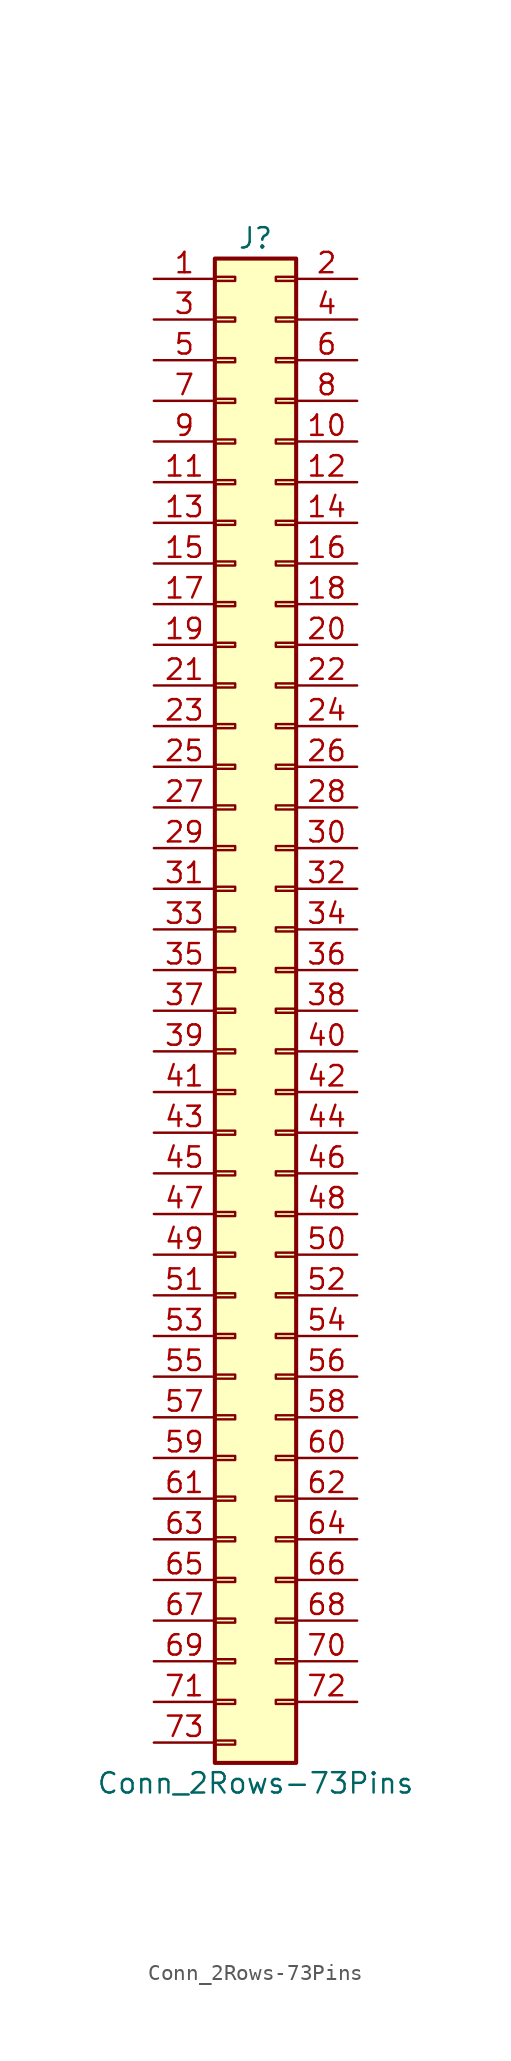
<source format=kicad_sym>
(kicad_symbol_lib
  (version 20201005)
  (generator kicad_symbol_editor)
  (symbol "Connector_Generic:Conn_2Rows-73Pins"
    (pin_names
      (offset 1.016) hide)
    (property "Reference" "J"
      (at 1.27 48.26 0)
      (effects (font (size 1.27 1.27))))
    (property "Value" "Conn_2Rows-73Pins"
      (at 1.27 -48.26 0)
      (effects (font (size 1.27 1.27))))
    (symbol "Conn_2Rows-73Pins_1_1"
      (rectangle (start -1.27 -27.813) (end 0 -28.067) (stroke (width 0.152)) (fill (type none)))
      (rectangle (start -1.27 -30.353) (end 0 -30.607) (stroke (width 0.152)) (fill (type none)))
      (rectangle (start -1.27 -32.893) (end 0 -33.147) (stroke (width 0.152)) (fill (type none)))
      (rectangle (start -1.27 -35.433) (end 0 -35.687) (stroke (width 0.152)) (fill (type none)))
      (rectangle (start -1.27 -37.973) (end 0 -38.227) (stroke (width 0.152)) (fill (type none)))
      (rectangle (start -1.27 -40.513) (end 0 -40.767) (stroke (width 0.152)) (fill (type none)))
      (rectangle (start -1.27 -43.053) (end 0 -43.307) (stroke (width 0.152)) (fill (type none)))
      (rectangle (start -1.27 -45.593) (end 0 -45.847) (stroke (width 0.152)) (fill (type none)))
      (rectangle (start -1.27 -4.953) (end 0 -5.207) (stroke (width 0.152)) (fill (type none)))
      (rectangle (start -1.27 -7.493) (end 0 -7.747) (stroke (width 0.152)) (fill (type none)))
      (rectangle (start -1.27 -10.033) (end 0 -10.287) (stroke (width 0.152)) (fill (type none)))
      (rectangle (start -1.27 -12.573) (end 0 -12.827) (stroke (width 0.152)) (fill (type none)))
      (rectangle (start -1.27 -15.113) (end 0 -15.367) (stroke (width 0.152)) (fill (type none)))
      (rectangle (start -1.27 -17.653) (end 0 -17.907) (stroke (width 0.152)) (fill (type none)))
      (rectangle (start -1.27 -20.193) (end 0 -20.447) (stroke (width 0.152)) (fill (type none)))
      (rectangle (start -1.27 -22.733) (end 0 -22.987) (stroke (width 0.152)) (fill (type none)))
      (rectangle (start -1.27 -2.413) (end 0 -2.667) (stroke (width 0.152)) (fill (type none)))
      (rectangle (start -1.27 -25.273) (end 0 -25.527) (stroke (width 0.152)) (fill (type none)))
      (rectangle (start -1.27 25.527) (end 0 25.273) (stroke (width 0.152)) (fill (type none)))
      (rectangle (start -1.27 2.667) (end 0 2.413) (stroke (width 0.152)) (fill (type none)))
      (rectangle (start -1.27 28.067) (end 0 27.813) (stroke (width 0.152)) (fill (type none)))
      (rectangle (start -1.27 30.607) (end 0 30.353) (stroke (width 0.152)) (fill (type none)))
      (rectangle (start -1.27 33.147) (end 0 32.893) (stroke (width 0.152)) (fill (type none)))
      (rectangle (start -1.27 35.687) (end 0 35.433) (stroke (width 0.152)) (fill (type none)))
      (rectangle (start -1.27 38.227) (end 0 37.973) (stroke (width 0.152)) (fill (type none)))
      (rectangle (start -1.27 40.767) (end 0 40.513) (stroke (width 0.152)) (fill (type none)))
      (rectangle (start -1.27 43.307) (end 0 43.053) (stroke (width 0.152)) (fill (type none)))
      (rectangle (start -1.27 45.847) (end 0 45.593) (stroke (width 0.152)) (fill (type none)))
      (rectangle (start -1.27 46.99) (end 3.81 -46.99) (stroke (width 0.254)) (fill (type background)))
      (rectangle (start -1.27 5.207) (end 0 4.953) (stroke (width 0.152)) (fill (type none)))
      (rectangle (start -1.27 7.747) (end 0 7.493) (stroke (width 0.152)) (fill (type none)))
      (rectangle (start -1.27 10.287) (end 0 10.033) (stroke (width 0.152)) (fill (type none)))
      (rectangle (start -1.27 0.127) (end 0 -0.127) (stroke (width 0.152)) (fill (type none)))
      (rectangle (start -1.27 12.827) (end 0 12.573) (stroke (width 0.152)) (fill (type none)))
      (rectangle (start -1.27 15.367) (end 0 15.113) (stroke (width 0.152)) (fill (type none)))
      (rectangle (start -1.27 17.907) (end 0 17.653) (stroke (width 0.152)) (fill (type none)))
      (rectangle (start -1.27 20.447) (end 0 20.193) (stroke (width 0.152)) (fill (type none)))
      (rectangle (start -1.27 22.987) (end 0 22.733) (stroke (width 0.152)) (fill (type none)))
      (rectangle (start 3.81 -27.813) (end 2.54 -28.067) (stroke (width 0.152)) (fill (type none)))
      (rectangle (start 3.81 -30.353) (end 2.54 -30.607) (stroke (width 0.152)) (fill (type none)))
      (rectangle (start 3.81 -32.893) (end 2.54 -33.147) (stroke (width 0.152)) (fill (type none)))
      (rectangle (start 3.81 -35.433) (end 2.54 -35.687) (stroke (width 0.152)) (fill (type none)))
      (rectangle (start 3.81 -37.973) (end 2.54 -38.227) (stroke (width 0.152)) (fill (type none)))
      (rectangle (start 3.81 -40.513) (end 2.54 -40.767) (stroke (width 0.152)) (fill (type none)))
      (rectangle (start 3.81 -43.053) (end 2.54 -43.307) (stroke (width 0.152)) (fill (type none)))
      (rectangle (start 3.81 -4.953) (end 2.54 -5.207) (stroke (width 0.152)) (fill (type none)))
      (rectangle (start 3.81 -7.493) (end 2.54 -7.747) (stroke (width 0.152)) (fill (type none)))
      (rectangle (start 3.81 -10.033) (end 2.54 -10.287) (stroke (width 0.152)) (fill (type none)))
      (rectangle (start 3.81 -12.573) (end 2.54 -12.827) (stroke (width 0.152)) (fill (type none)))
      (rectangle (start 3.81 -15.113) (end 2.54 -15.367) (stroke (width 0.152)) (fill (type none)))
      (rectangle (start 3.81 -17.653) (end 2.54 -17.907) (stroke (width 0.152)) (fill (type none)))
      (rectangle (start 3.81 -20.193) (end 2.54 -20.447) (stroke (width 0.152)) (fill (type none)))
      (rectangle (start 3.81 -22.733) (end 2.54 -22.987) (stroke (width 0.152)) (fill (type none)))
      (rectangle (start 3.81 -2.413) (end 2.54 -2.667) (stroke (width 0.152)) (fill (type none)))
      (rectangle (start 3.81 -25.273) (end 2.54 -25.527) (stroke (width 0.152)) (fill (type none)))
      (rectangle (start 3.81 25.527) (end 2.54 25.273) (stroke (width 0.152)) (fill (type none)))
      (rectangle (start 3.81 2.667) (end 2.54 2.413) (stroke (width 0.152)) (fill (type none)))
      (rectangle (start 3.81 28.067) (end 2.54 27.813) (stroke (width 0.152)) (fill (type none)))
      (rectangle (start 3.81 30.607) (end 2.54 30.353) (stroke (width 0.152)) (fill (type none)))
      (rectangle (start 3.81 33.147) (end 2.54 32.893) (stroke (width 0.152)) (fill (type none)))
      (rectangle (start 3.81 35.687) (end 2.54 35.433) (stroke (width 0.152)) (fill (type none)))
      (rectangle (start 3.81 38.227) (end 2.54 37.973) (stroke (width 0.152)) (fill (type none)))
      (rectangle (start 3.81 40.767) (end 2.54 40.513) (stroke (width 0.152)) (fill (type none)))
      (rectangle (start 3.81 43.307) (end 2.54 43.053) (stroke (width 0.152)) (fill (type none)))
      (rectangle (start 3.81 45.847) (end 2.54 45.593) (stroke (width 0.152)) (fill (type none)))
      (rectangle (start 3.81 5.207) (end 2.54 4.953) (stroke (width 0.152)) (fill (type none)))
      (rectangle (start 3.81 7.747) (end 2.54 7.493) (stroke (width 0.152)) (fill (type none)))
      (rectangle (start 3.81 10.287) (end 2.54 10.033) (stroke (width 0.152)) (fill (type none)))
      (rectangle (start 3.81 0.127) (end 2.54 -0.127) (stroke (width 0.152)) (fill (type none)))
      (rectangle (start 3.81 12.827) (end 2.54 12.573) (stroke (width 0.152)) (fill (type none)))
      (rectangle (start 3.81 15.367) (end 2.54 15.113) (stroke (width 0.152)) (fill (type none)))
      (rectangle (start 3.81 17.907) (end 2.54 17.653) (stroke (width 0.152)) (fill (type none)))
      (rectangle (start 3.81 20.447) (end 2.54 20.193) (stroke (width 0.152)) (fill (type none)))
      (rectangle (start 3.81 22.987) (end 2.54 22.733) (stroke (width 0.152)) (fill (type none)))
      (pin passive line (at -5.08 45.72 0) (length 3.81) (name "Pin_1" (effects (font (size 1.27 1.27)))) (number "1" (effects (font (size 1.27 1.27)))))
      (pin passive line (at 7.62 35.56 180) (length 3.81) (name "Pin_10" (effects (font (size 1.27 1.27)))) (number "10" (effects (font (size 1.27 1.27)))))
      (pin passive line (at -5.08 33.02 0) (length 3.81) (name "Pin_11" (effects (font (size 1.27 1.27)))) (number "11" (effects (font (size 1.27 1.27)))))
      (pin passive line (at 7.62 33.02 180) (length 3.81) (name "Pin_12" (effects (font (size 1.27 1.27)))) (number "12" (effects (font (size 1.27 1.27)))))
      (pin passive line (at -5.08 30.48 0) (length 3.81) (name "Pin_13" (effects (font (size 1.27 1.27)))) (number "13" (effects (font (size 1.27 1.27)))))
      (pin passive line (at 7.62 30.48 180) (length 3.81) (name "Pin_14" (effects (font (size 1.27 1.27)))) (number "14" (effects (font (size 1.27 1.27)))))
      (pin passive line (at -5.08 27.94 0) (length 3.81) (name "Pin_15" (effects (font (size 1.27 1.27)))) (number "15" (effects (font (size 1.27 1.27)))))
      (pin passive line (at 7.62 27.94 180) (length 3.81) (name "Pin_16" (effects (font (size 1.27 1.27)))) (number "16" (effects (font (size 1.27 1.27)))))
      (pin passive line (at -5.08 25.4 0) (length 3.81) (name "Pin_17" (effects (font (size 1.27 1.27)))) (number "17" (effects (font (size 1.27 1.27)))))
      (pin passive line (at 7.62 25.4 180) (length 3.81) (name "Pin_18" (effects (font (size 1.27 1.27)))) (number "18" (effects (font (size 1.27 1.27)))))
      (pin passive line (at -5.08 22.86 0) (length 3.81) (name "Pin_19" (effects (font (size 1.27 1.27)))) (number "19" (effects (font (size 1.27 1.27)))))
      (pin passive line (at 7.62 45.72 180) (length 3.81) (name "Pin_2" (effects (font (size 1.27 1.27)))) (number "2" (effects (font (size 1.27 1.27)))))
      (pin passive line (at 7.62 22.86 180) (length 3.81) (name "Pin_20" (effects (font (size 1.27 1.27)))) (number "20" (effects (font (size 1.27 1.27)))))
      (pin passive line (at -5.08 20.32 0) (length 3.81) (name "Pin_21" (effects (font (size 1.27 1.27)))) (number "21" (effects (font (size 1.27 1.27)))))
      (pin passive line (at 7.62 20.32 180) (length 3.81) (name "Pin_22" (effects (font (size 1.27 1.27)))) (number "22" (effects (font (size 1.27 1.27)))))
      (pin passive line (at -5.08 17.78 0) (length 3.81) (name "Pin_23" (effects (font (size 1.27 1.27)))) (number "23" (effects (font (size 1.27 1.27)))))
      (pin passive line (at 7.62 17.78 180) (length 3.81) (name "Pin_24" (effects (font (size 1.27 1.27)))) (number "24" (effects (font (size 1.27 1.27)))))
      (pin passive line (at -5.08 15.24 0) (length 3.81) (name "Pin_25" (effects (font (size 1.27 1.27)))) (number "25" (effects (font (size 1.27 1.27)))))
      (pin passive line (at 7.62 15.24 180) (length 3.81) (name "Pin_26" (effects (font (size 1.27 1.27)))) (number "26" (effects (font (size 1.27 1.27)))))
      (pin passive line (at -5.08 12.7 0) (length 3.81) (name "Pin_27" (effects (font (size 1.27 1.27)))) (number "27" (effects (font (size 1.27 1.27)))))
      (pin passive line (at 7.62 12.7 180) (length 3.81) (name "Pin_28" (effects (font (size 1.27 1.27)))) (number "28" (effects (font (size 1.27 1.27)))))
      (pin passive line (at -5.08 10.16 0) (length 3.81) (name "Pin_29" (effects (font (size 1.27 1.27)))) (number "29" (effects (font (size 1.27 1.27)))))
      (pin passive line (at -5.08 43.18 0) (length 3.81) (name "Pin_3" (effects (font (size 1.27 1.27)))) (number "3" (effects (font (size 1.27 1.27)))))
      (pin passive line (at 7.62 10.16 180) (length 3.81) (name "Pin_30" (effects (font (size 1.27 1.27)))) (number "30" (effects (font (size 1.27 1.27)))))
      (pin passive line (at -5.08 7.62 0) (length 3.81) (name "Pin_31" (effects (font (size 1.27 1.27)))) (number "31" (effects (font (size 1.27 1.27)))))
      (pin passive line (at 7.62 7.62 180) (length 3.81) (name "Pin_32" (effects (font (size 1.27 1.27)))) (number "32" (effects (font (size 1.27 1.27)))))
      (pin passive line (at -5.08 5.08 0) (length 3.81) (name "Pin_33" (effects (font (size 1.27 1.27)))) (number "33" (effects (font (size 1.27 1.27)))))
      (pin passive line (at 7.62 5.08 180) (length 3.81) (name "Pin_34" (effects (font (size 1.27 1.27)))) (number "34" (effects (font (size 1.27 1.27)))))
      (pin passive line (at -5.08 2.54 0) (length 3.81) (name "Pin_35" (effects (font (size 1.27 1.27)))) (number "35" (effects (font (size 1.27 1.27)))))
      (pin passive line (at 7.62 2.54 180) (length 3.81) (name "Pin_36" (effects (font (size 1.27 1.27)))) (number "36" (effects (font (size 1.27 1.27)))))
      (pin passive line (at -5.08 0 0) (length 3.81) (name "Pin_37" (effects (font (size 1.27 1.27)))) (number "37" (effects (font (size 1.27 1.27)))))
      (pin passive line (at 7.62 0 180) (length 3.81) (name "Pin_38" (effects (font (size 1.27 1.27)))) (number "38" (effects (font (size 1.27 1.27)))))
      (pin passive line (at -5.08 -2.54 0) (length 3.81) (name "Pin_39" (effects (font (size 1.27 1.27)))) (number "39" (effects (font (size 1.27 1.27)))))
      (pin passive line (at 7.62 43.18 180) (length 3.81) (name "Pin_4" (effects (font (size 1.27 1.27)))) (number "4" (effects (font (size 1.27 1.27)))))
      (pin passive line (at 7.62 -2.54 180) (length 3.81) (name "Pin_40" (effects (font (size 1.27 1.27)))) (number "40" (effects (font (size 1.27 1.27)))))
      (pin passive line (at -5.08 -5.08 0) (length 3.81) (name "Pin_41" (effects (font (size 1.27 1.27)))) (number "41" (effects (font (size 1.27 1.27)))))
      (pin passive line (at 7.62 -5.08 180) (length 3.81) (name "Pin_42" (effects (font (size 1.27 1.27)))) (number "42" (effects (font (size 1.27 1.27)))))
      (pin passive line (at -5.08 -7.62 0) (length 3.81) (name "Pin_43" (effects (font (size 1.27 1.27)))) (number "43" (effects (font (size 1.27 1.27)))))
      (pin passive line (at 7.62 -7.62 180) (length 3.81) (name "Pin_44" (effects (font (size 1.27 1.27)))) (number "44" (effects (font (size 1.27 1.27)))))
      (pin passive line (at -5.08 -10.16 0) (length 3.81) (name "Pin_45" (effects (font (size 1.27 1.27)))) (number "45" (effects (font (size 1.27 1.27)))))
      (pin passive line (at 7.62 -10.16 180) (length 3.81) (name "Pin_46" (effects (font (size 1.27 1.27)))) (number "46" (effects (font (size 1.27 1.27)))))
      (pin passive line (at -5.08 -12.7 0) (length 3.81) (name "Pin_47" (effects (font (size 1.27 1.27)))) (number "47" (effects (font (size 1.27 1.27)))))
      (pin passive line (at 7.62 -12.7 180) (length 3.81) (name "Pin_48" (effects (font (size 1.27 1.27)))) (number "48" (effects (font (size 1.27 1.27)))))
      (pin passive line (at -5.08 -15.24 0) (length 3.81) (name "Pin_49" (effects (font (size 1.27 1.27)))) (number "49" (effects (font (size 1.27 1.27)))))
      (pin passive line (at -5.08 40.64 0) (length 3.81) (name "Pin_5" (effects (font (size 1.27 1.27)))) (number "5" (effects (font (size 1.27 1.27)))))
      (pin passive line (at 7.62 -15.24 180) (length 3.81) (name "Pin_50" (effects (font (size 1.27 1.27)))) (number "50" (effects (font (size 1.27 1.27)))))
      (pin passive line (at -5.08 -17.78 0) (length 3.81) (name "Pin_51" (effects (font (size 1.27 1.27)))) (number "51" (effects (font (size 1.27 1.27)))))
      (pin passive line (at 7.62 -17.78 180) (length 3.81) (name "Pin_52" (effects (font (size 1.27 1.27)))) (number "52" (effects (font (size 1.27 1.27)))))
      (pin passive line (at -5.08 -20.32 0) (length 3.81) (name "Pin_53" (effects (font (size 1.27 1.27)))) (number "53" (effects (font (size 1.27 1.27)))))
      (pin passive line (at 7.62 -20.32 180) (length 3.81) (name "Pin_54" (effects (font (size 1.27 1.27)))) (number "54" (effects (font (size 1.27 1.27)))))
      (pin passive line (at -5.08 -22.86 0) (length 3.81) (name "Pin_55" (effects (font (size 1.27 1.27)))) (number "55" (effects (font (size 1.27 1.27)))))
      (pin passive line (at 7.62 -22.86 180) (length 3.81) (name "Pin_56" (effects (font (size 1.27 1.27)))) (number "56" (effects (font (size 1.27 1.27)))))
      (pin passive line (at -5.08 -25.4 0) (length 3.81) (name "Pin_57" (effects (font (size 1.27 1.27)))) (number "57" (effects (font (size 1.27 1.27)))))
      (pin passive line (at 7.62 -25.4 180) (length 3.81) (name "Pin_58" (effects (font (size 1.27 1.27)))) (number "58" (effects (font (size 1.27 1.27)))))
      (pin passive line (at -5.08 -27.94 0) (length 3.81) (name "Pin_59" (effects (font (size 1.27 1.27)))) (number "59" (effects (font (size 1.27 1.27)))))
      (pin passive line (at 7.62 40.64 180) (length 3.81) (name "Pin_6" (effects (font (size 1.27 1.27)))) (number "6" (effects (font (size 1.27 1.27)))))
      (pin passive line (at 7.62 -27.94 180) (length 3.81) (name "Pin_60" (effects (font (size 1.27 1.27)))) (number "60" (effects (font (size 1.27 1.27)))))
      (pin passive line (at -5.08 -30.48 0) (length 3.81) (name "Pin_61" (effects (font (size 1.27 1.27)))) (number "61" (effects (font (size 1.27 1.27)))))
      (pin passive line (at 7.62 -30.48 180) (length 3.81) (name "Pin_62" (effects (font (size 1.27 1.27)))) (number "62" (effects (font (size 1.27 1.27)))))
      (pin passive line (at -5.08 -33.02 0) (length 3.81) (name "Pin_63" (effects (font (size 1.27 1.27)))) (number "63" (effects (font (size 1.27 1.27)))))
      (pin passive line (at 7.62 -33.02 180) (length 3.81) (name "Pin_64" (effects (font (size 1.27 1.27)))) (number "64" (effects (font (size 1.27 1.27)))))
      (pin passive line (at -5.08 -35.56 0) (length 3.81) (name "Pin_65" (effects (font (size 1.27 1.27)))) (number "65" (effects (font (size 1.27 1.27)))))
      (pin passive line (at 7.62 -35.56 180) (length 3.81) (name "Pin_66" (effects (font (size 1.27 1.27)))) (number "66" (effects (font (size 1.27 1.27)))))
      (pin passive line (at -5.08 -38.1 0) (length 3.81) (name "Pin_67" (effects (font (size 1.27 1.27)))) (number "67" (effects (font (size 1.27 1.27)))))
      (pin passive line (at 7.62 -38.1 180) (length 3.81) (name "Pin_68" (effects (font (size 1.27 1.27)))) (number "68" (effects (font (size 1.27 1.27)))))
      (pin passive line (at -5.08 -40.64 0) (length 3.81) (name "Pin_69" (effects (font (size 1.27 1.27)))) (number "69" (effects (font (size 1.27 1.27)))))
      (pin passive line (at -5.08 38.1 0) (length 3.81) (name "Pin_7" (effects (font (size 1.27 1.27)))) (number "7" (effects (font (size 1.27 1.27)))))
      (pin passive line (at 7.62 -40.64 180) (length 3.81) (name "Pin_70" (effects (font (size 1.27 1.27)))) (number "70" (effects (font (size 1.27 1.27)))))
      (pin passive line (at -5.08 -43.18 0) (length 3.81) (name "Pin_71" (effects (font (size 1.27 1.27)))) (number "71" (effects (font (size 1.27 1.27)))))
      (pin passive line (at 7.62 -43.18 180) (length 3.81) (name "Pin_72" (effects (font (size 1.27 1.27)))) (number "72" (effects (font (size 1.27 1.27)))))
      (pin passive line (at -5.08 -45.72 0) (length 3.81) (name "Pin_73" (effects (font (size 1.27 1.27)))) (number "73" (effects (font (size 1.27 1.27)))))
      (pin passive line (at 7.62 38.1 180) (length 3.81) (name "Pin_8" (effects (font (size 1.27 1.27)))) (number "8" (effects (font (size 1.27 1.27)))))
      (pin passive line (at -5.08 35.56 0) (length 3.81) (name "Pin_9" (effects (font (size 1.27 1.27)))) (number "9" (effects (font (size 1.27 1.27))))))))
</source>
